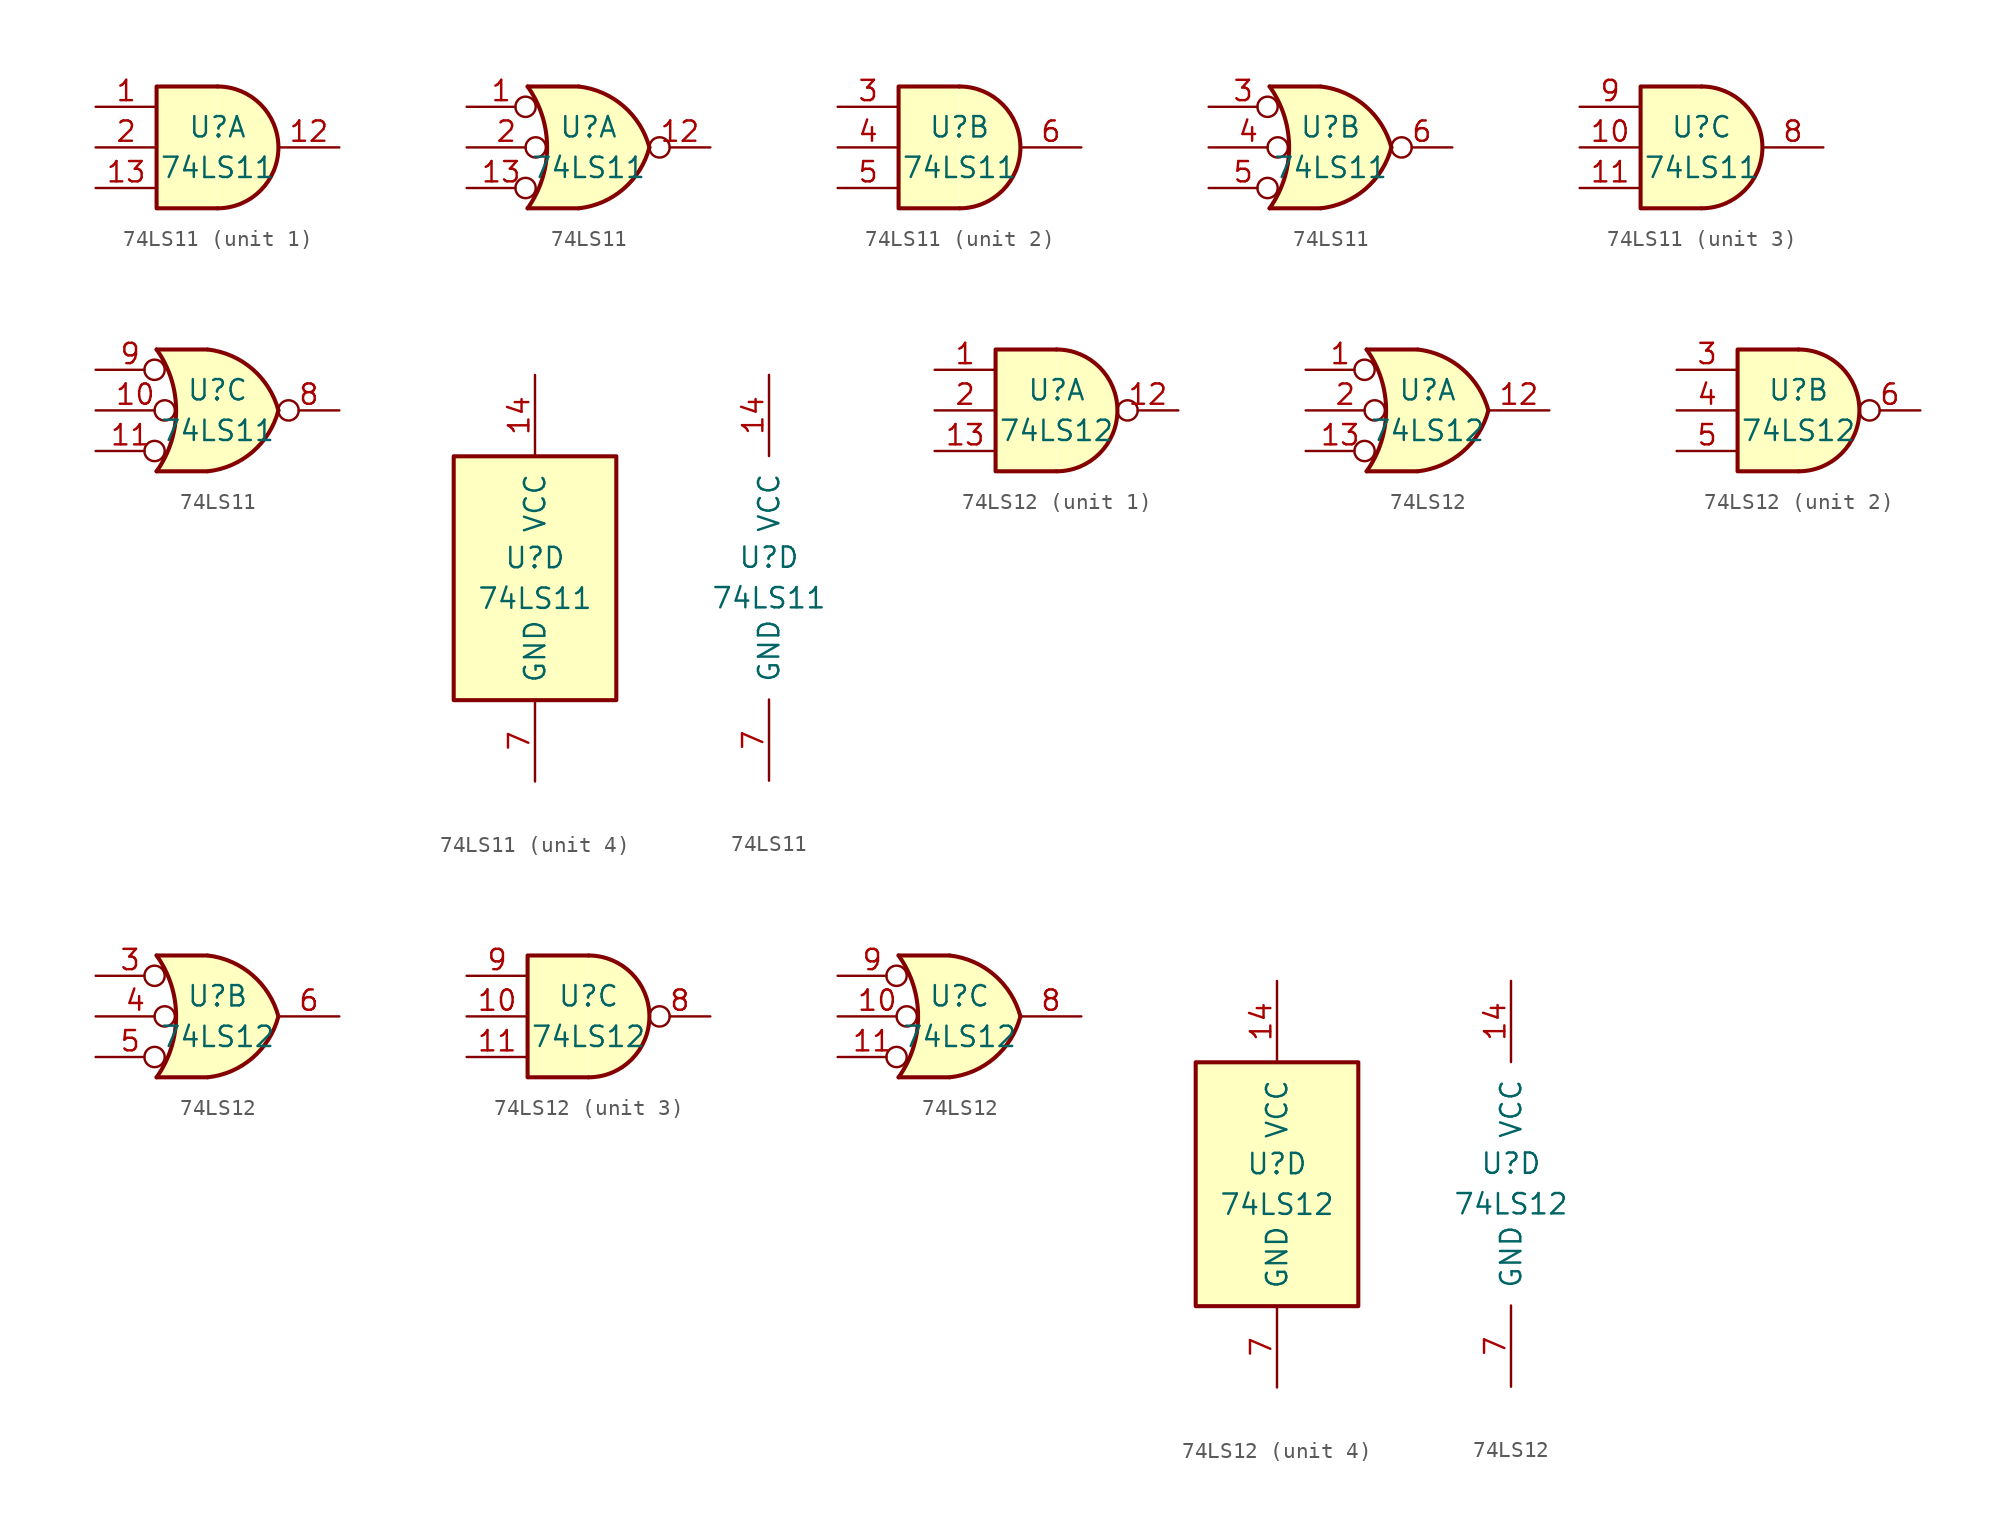
<source format=kicad_sym>
(kicad_symbol_lib
  (version 20201005)
  (generator kicad_symbol_editor)
  (symbol "74LS11"
    (pin_names
      (offset 1.016))
    (property "Reference" "U"
      (at 0 1.27 0)
      (effects (font (size 1.27 1.27))))
    (property "Value" "74LS11"
      (at 0 -1.27 0)
      (effects (font (size 1.27 1.27))))
    (property "ki_locked" ""
      (at 0 0 0)
      (effects (font (size 1.27 1.27))))
    (symbol "74LS11_1_1"
      (arc (start 0 -3.81) (end 0 3.81) (radius (at 0 0) (length 3.81) (angles -89.9 89.9)) (stroke (width 0.254)) (fill (type background)))
      (polyline (pts (xy 0 3.81) (xy -3.81 3.81) (xy -3.81 -3.81) (xy 0 -3.81)) (stroke (width 0.254)) (fill (type background)))
      (pin input line (at -7.62 2.54 0) (length 3.81) (name "~" (effects (font (size 1.27 1.27)))) (number "1" (effects (font (size 1.27 1.27)))))
      (pin output line (at 7.62 0 180) (length 3.81) (name "~" (effects (font (size 1.27 1.27)))) (number "12" (effects (font (size 1.27 1.27)))))
      (pin input line (at -7.62 -2.54 0) (length 3.81) (name "~" (effects (font (size 1.27 1.27)))) (number "13" (effects (font (size 1.27 1.27)))))
      (pin input line (at -7.62 0 0) (length 3.81) (name "~" (effects (font (size 1.27 1.27)))) (number "2" (effects (font (size 1.27 1.27))))))
    (symbol "74LS11_1_2"
      (arc (start -3.81 3.81) (end -3.81 -3.81) (radius (at -9.144 0) (length 6.5532) (angles 35.4 -35.4)) (stroke (width 0.254)) (fill (type none)))
      (arc (start 3.81 0) (end -0.6096 3.81) (radius (at -1.1938 -1.3208) (length 5.1816) (angles 15 83.7)) (stroke (width 0.254)) (fill (type background)))
      (arc (start 3.81 0) (end -0.6096 -3.81) (radius (at -1.1938 1.3208) (length 5.1816) (angles -15 -83.7)) (stroke (width 0.254)) (fill (type background)))
      (polyline (pts (xy -3.81 -3.81) (xy -0.635 -3.81)) (stroke (width 0.254)) (fill (type background)))
      (polyline (pts (xy -3.81 3.81) (xy -0.635 3.81)) (stroke (width 0.254)) (fill (type background)))
      (polyline (pts (xy -0.635 3.81) (xy -3.81 3.81) (xy -3.81 3.81) (xy -3.556 3.404) (xy -3.023 2.261) (xy -2.692 1.041) (xy -2.616 -0.254) (xy -2.769 -1.499) (xy -3.175 -2.718) (xy -3.81 -3.81) (xy -3.81 -3.81) (xy -0.635 -3.81)) (stroke (width -25.4)) (fill (type background)))
      (pin input inverted (at -7.62 2.54 0) (length 4.318) (name "~" (effects (font (size 1.27 1.27)))) (number "1" (effects (font (size 1.27 1.27)))))
      (pin output inverted (at 7.62 0 180) (length 3.81) (name "~" (effects (font (size 1.27 1.27)))) (number "12" (effects (font (size 1.27 1.27)))))
      (pin input inverted (at -7.62 -2.54 0) (length 4.318) (name "~" (effects (font (size 1.27 1.27)))) (number "13" (effects (font (size 1.27 1.27)))))
      (pin input inverted (at -7.62 0 0) (length 4.953) (name "~" (effects (font (size 1.27 1.27)))) (number "2" (effects (font (size 1.27 1.27))))))
    (symbol "74LS11_2_1"
      (arc (start 0 -3.81) (end 0 3.81) (radius (at 0 0) (length 3.81) (angles -89.9 89.9)) (stroke (width 0.254)) (fill (type background)))
      (polyline (pts (xy 0 3.81) (xy -3.81 3.81) (xy -3.81 -3.81) (xy 0 -3.81)) (stroke (width 0.254)) (fill (type background)))
      (pin input line (at -7.62 2.54 0) (length 3.81) (name "~" (effects (font (size 1.27 1.27)))) (number "3" (effects (font (size 1.27 1.27)))))
      (pin input line (at -7.62 0 0) (length 3.81) (name "~" (effects (font (size 1.27 1.27)))) (number "4" (effects (font (size 1.27 1.27)))))
      (pin input line (at -7.62 -2.54 0) (length 3.81) (name "~" (effects (font (size 1.27 1.27)))) (number "5" (effects (font (size 1.27 1.27)))))
      (pin output line (at 7.62 0 180) (length 3.81) (name "~" (effects (font (size 1.27 1.27)))) (number "6" (effects (font (size 1.27 1.27))))))
    (symbol "74LS11_2_2"
      (arc (start -3.81 3.81) (end -3.81 -3.81) (radius (at -9.144 0) (length 6.5532) (angles 35.4 -35.4)) (stroke (width 0.254)) (fill (type none)))
      (arc (start 3.81 0) (end -0.6096 3.81) (radius (at -1.1938 -1.3208) (length 5.1816) (angles 15 83.7)) (stroke (width 0.254)) (fill (type background)))
      (arc (start 3.81 0) (end -0.6096 -3.81) (radius (at -1.1938 1.3208) (length 5.1816) (angles -15 -83.7)) (stroke (width 0.254)) (fill (type background)))
      (polyline (pts (xy -3.81 -3.81) (xy -0.635 -3.81)) (stroke (width 0.254)) (fill (type background)))
      (polyline (pts (xy -3.81 3.81) (xy -0.635 3.81)) (stroke (width 0.254)) (fill (type background)))
      (polyline (pts (xy -0.635 3.81) (xy -3.81 3.81) (xy -3.81 3.81) (xy -3.556 3.404) (xy -3.023 2.261) (xy -2.692 1.041) (xy -2.616 -0.254) (xy -2.769 -1.499) (xy -3.175 -2.718) (xy -3.81 -3.81) (xy -3.81 -3.81) (xy -0.635 -3.81)) (stroke (width -25.4)) (fill (type background)))
      (pin input inverted (at -7.62 2.54 0) (length 4.318) (name "~" (effects (font (size 1.27 1.27)))) (number "3" (effects (font (size 1.27 1.27)))))
      (pin input inverted (at -7.62 0 0) (length 4.953) (name "~" (effects (font (size 1.27 1.27)))) (number "4" (effects (font (size 1.27 1.27)))))
      (pin input inverted (at -7.62 -2.54 0) (length 4.318) (name "~" (effects (font (size 1.27 1.27)))) (number "5" (effects (font (size 1.27 1.27)))))
      (pin output inverted (at 7.62 0 180) (length 3.81) (name "~" (effects (font (size 1.27 1.27)))) (number "6" (effects (font (size 1.27 1.27))))))
    (symbol "74LS11_3_1"
      (arc (start 0 -3.81) (end 0 3.81) (radius (at 0 0) (length 3.81) (angles -89.9 89.9)) (stroke (width 0.254)) (fill (type background)))
      (polyline (pts (xy 0 3.81) (xy -3.81 3.81) (xy -3.81 -3.81) (xy 0 -3.81)) (stroke (width 0.254)) (fill (type background)))
      (pin input line (at -7.62 0 0) (length 3.81) (name "~" (effects (font (size 1.27 1.27)))) (number "10" (effects (font (size 1.27 1.27)))))
      (pin input line (at -7.62 -2.54 0) (length 3.81) (name "~" (effects (font (size 1.27 1.27)))) (number "11" (effects (font (size 1.27 1.27)))))
      (pin output line (at 7.62 0 180) (length 3.81) (name "~" (effects (font (size 1.27 1.27)))) (number "8" (effects (font (size 1.27 1.27)))))
      (pin input line (at -7.62 2.54 0) (length 3.81) (name "~" (effects (font (size 1.27 1.27)))) (number "9" (effects (font (size 1.27 1.27))))))
    (symbol "74LS11_3_2"
      (arc (start -3.81 3.81) (end -3.81 -3.81) (radius (at -9.144 0) (length 6.5532) (angles 35.4 -35.4)) (stroke (width 0.254)) (fill (type none)))
      (arc (start 3.81 0) (end -0.6096 3.81) (radius (at -1.1938 -1.3208) (length 5.1816) (angles 15 83.7)) (stroke (width 0.254)) (fill (type background)))
      (arc (start 3.81 0) (end -0.6096 -3.81) (radius (at -1.1938 1.3208) (length 5.1816) (angles -15 -83.7)) (stroke (width 0.254)) (fill (type background)))
      (polyline (pts (xy -3.81 -3.81) (xy -0.635 -3.81)) (stroke (width 0.254)) (fill (type background)))
      (polyline (pts (xy -3.81 3.81) (xy -0.635 3.81)) (stroke (width 0.254)) (fill (type background)))
      (polyline (pts (xy -0.635 3.81) (xy -3.81 3.81) (xy -3.81 3.81) (xy -3.556 3.404) (xy -3.023 2.261) (xy -2.692 1.041) (xy -2.616 -0.254) (xy -2.769 -1.499) (xy -3.175 -2.718) (xy -3.81 -3.81) (xy -3.81 -3.81) (xy -0.635 -3.81)) (stroke (width -25.4)) (fill (type background)))
      (pin input inverted (at -7.62 0 0) (length 4.953) (name "~" (effects (font (size 1.27 1.27)))) (number "10" (effects (font (size 1.27 1.27)))))
      (pin input inverted (at -7.62 -2.54 0) (length 4.318) (name "~" (effects (font (size 1.27 1.27)))) (number "11" (effects (font (size 1.27 1.27)))))
      (pin output inverted (at 7.62 0 180) (length 3.81) (name "~" (effects (font (size 1.27 1.27)))) (number "8" (effects (font (size 1.27 1.27)))))
      (pin input inverted (at -7.62 2.54 0) (length 4.318) (name "~" (effects (font (size 1.27 1.27)))) (number "9" (effects (font (size 1.27 1.27))))))
    (symbol "74LS11_4_0"
      (pin power_in line (at 0 12.7 270) (length 5.08) (name "VCC" (effects (font (size 1.27 1.27)))) (number "14" (effects (font (size 1.27 1.27)))))
      (pin power_in line (at 0 -12.7 90) (length 5.08) (name "GND" (effects (font (size 1.27 1.27)))) (number "7" (effects (font (size 1.27 1.27))))))
    (symbol "74LS11_4_1"
      (rectangle (start -5.08 7.62) (end 5.08 -7.62) (stroke (width 0.254)) (fill (type background)))))
  (symbol "74LS12"
    (pin_names
      (offset 1.016))
    (property "Reference" "U"
      (at 0 1.27 0)
      (effects (font (size 1.27 1.27))))
    (property "Value" "74LS12"
      (at 0 -1.27 0)
      (effects (font (size 1.27 1.27))))
    (property "ki_locked" ""
      (at 0 0 0)
      (effects (font (size 1.27 1.27))))
    (symbol "74LS12_1_1"
      (arc (start 0 -3.81) (end 0 3.81) (radius (at 0 0) (length 3.81) (angles -89.9 89.9)) (stroke (width 0.254)) (fill (type background)))
      (polyline (pts (xy 0 3.81) (xy -3.81 3.81) (xy -3.81 -3.81) (xy 0 -3.81)) (stroke (width 0.254)) (fill (type background)))
      (pin input line (at -7.62 2.54 0) (length 3.81) (name "~" (effects (font (size 1.27 1.27)))) (number "1" (effects (font (size 1.27 1.27)))))
      (pin open_collector inverted (at 7.62 0 180) (length 3.81) (name "~" (effects (font (size 1.27 1.27)))) (number "12" (effects (font (size 1.27 1.27)))))
      (pin input line (at -7.62 -2.54 0) (length 3.81) (name "~" (effects (font (size 1.27 1.27)))) (number "13" (effects (font (size 1.27 1.27)))))
      (pin input line (at -7.62 0 0) (length 3.81) (name "~" (effects (font (size 1.27 1.27)))) (number "2" (effects (font (size 1.27 1.27))))))
    (symbol "74LS12_1_2"
      (arc (start -3.81 3.81) (end -3.81 -3.81) (radius (at -9.144 0) (length 6.5532) (angles 35.4 -35.4)) (stroke (width 0.254)) (fill (type none)))
      (arc (start 3.81 0) (end -0.6096 3.81) (radius (at -1.1938 -1.3208) (length 5.1816) (angles 15 83.7)) (stroke (width 0.254)) (fill (type background)))
      (arc (start 3.81 0) (end -0.6096 -3.81) (radius (at -1.1938 1.3208) (length 5.1816) (angles -15 -83.7)) (stroke (width 0.254)) (fill (type background)))
      (polyline (pts (xy -3.81 -3.81) (xy -0.635 -3.81)) (stroke (width 0.254)) (fill (type background)))
      (polyline (pts (xy -3.81 3.81) (xy -0.635 3.81)) (stroke (width 0.254)) (fill (type background)))
      (polyline (pts (xy -0.635 3.81) (xy -3.81 3.81) (xy -3.81 3.81) (xy -3.556 3.404) (xy -3.023 2.261) (xy -2.692 1.041) (xy -2.616 -0.254) (xy -2.769 -1.499) (xy -3.175 -2.718) (xy -3.81 -3.81) (xy -3.81 -3.81) (xy -0.635 -3.81)) (stroke (width -25.4)) (fill (type background)))
      (pin input inverted (at -7.62 2.54 0) (length 4.318) (name "~" (effects (font (size 1.27 1.27)))) (number "1" (effects (font (size 1.27 1.27)))))
      (pin open_collector line (at 7.62 0 180) (length 3.81) (name "~" (effects (font (size 1.27 1.27)))) (number "12" (effects (font (size 1.27 1.27)))))
      (pin input inverted (at -7.62 -2.54 0) (length 4.318) (name "~" (effects (font (size 1.27 1.27)))) (number "13" (effects (font (size 1.27 1.27)))))
      (pin input inverted (at -7.62 0 0) (length 4.953) (name "~" (effects (font (size 1.27 1.27)))) (number "2" (effects (font (size 1.27 1.27))))))
    (symbol "74LS12_2_1"
      (arc (start 0 -3.81) (end 0 3.81) (radius (at 0 0) (length 3.81) (angles -89.9 89.9)) (stroke (width 0.254)) (fill (type background)))
      (polyline (pts (xy 0 3.81) (xy -3.81 3.81) (xy -3.81 -3.81) (xy 0 -3.81)) (stroke (width 0.254)) (fill (type background)))
      (pin input line (at -7.62 2.54 0) (length 3.81) (name "~" (effects (font (size 1.27 1.27)))) (number "3" (effects (font (size 1.27 1.27)))))
      (pin input line (at -7.62 0 0) (length 3.81) (name "~" (effects (font (size 1.27 1.27)))) (number "4" (effects (font (size 1.27 1.27)))))
      (pin input line (at -7.62 -2.54 0) (length 3.81) (name "~" (effects (font (size 1.27 1.27)))) (number "5" (effects (font (size 1.27 1.27)))))
      (pin open_collector inverted (at 7.62 0 180) (length 3.81) (name "~" (effects (font (size 1.27 1.27)))) (number "6" (effects (font (size 1.27 1.27))))))
    (symbol "74LS12_2_2"
      (arc (start -3.81 3.81) (end -3.81 -3.81) (radius (at -9.144 0) (length 6.5532) (angles 35.4 -35.4)) (stroke (width 0.254)) (fill (type none)))
      (arc (start 3.81 0) (end -0.6096 3.81) (radius (at -1.1938 -1.3208) (length 5.1816) (angles 15 83.7)) (stroke (width 0.254)) (fill (type background)))
      (arc (start 3.81 0) (end -0.6096 -3.81) (radius (at -1.1938 1.3208) (length 5.1816) (angles -15 -83.7)) (stroke (width 0.254)) (fill (type background)))
      (polyline (pts (xy -3.81 -3.81) (xy -0.635 -3.81)) (stroke (width 0.254)) (fill (type background)))
      (polyline (pts (xy -3.81 3.81) (xy -0.635 3.81)) (stroke (width 0.254)) (fill (type background)))
      (polyline (pts (xy -0.635 3.81) (xy -3.81 3.81) (xy -3.81 3.81) (xy -3.556 3.404) (xy -3.023 2.261) (xy -2.692 1.041) (xy -2.616 -0.254) (xy -2.769 -1.499) (xy -3.175 -2.718) (xy -3.81 -3.81) (xy -3.81 -3.81) (xy -0.635 -3.81)) (stroke (width -25.4)) (fill (type background)))
      (pin input inverted (at -7.62 2.54 0) (length 4.318) (name "~" (effects (font (size 1.27 1.27)))) (number "3" (effects (font (size 1.27 1.27)))))
      (pin input inverted (at -7.62 0 0) (length 4.953) (name "~" (effects (font (size 1.27 1.27)))) (number "4" (effects (font (size 1.27 1.27)))))
      (pin input inverted (at -7.62 -2.54 0) (length 4.318) (name "~" (effects (font (size 1.27 1.27)))) (number "5" (effects (font (size 1.27 1.27)))))
      (pin open_collector line (at 7.62 0 180) (length 3.81) (name "~" (effects (font (size 1.27 1.27)))) (number "6" (effects (font (size 1.27 1.27))))))
    (symbol "74LS12_3_1"
      (arc (start 0 -3.81) (end 0 3.81) (radius (at 0 0) (length 3.81) (angles -89.9 89.9)) (stroke (width 0.254)) (fill (type background)))
      (polyline (pts (xy 0 3.81) (xy -3.81 3.81) (xy -3.81 -3.81) (xy 0 -3.81)) (stroke (width 0.254)) (fill (type background)))
      (pin input line (at -7.62 0 0) (length 3.81) (name "~" (effects (font (size 1.27 1.27)))) (number "10" (effects (font (size 1.27 1.27)))))
      (pin input line (at -7.62 -2.54 0) (length 3.81) (name "~" (effects (font (size 1.27 1.27)))) (number "11" (effects (font (size 1.27 1.27)))))
      (pin open_collector inverted (at 7.62 0 180) (length 3.81) (name "~" (effects (font (size 1.27 1.27)))) (number "8" (effects (font (size 1.27 1.27)))))
      (pin input line (at -7.62 2.54 0) (length 3.81) (name "~" (effects (font (size 1.27 1.27)))) (number "9" (effects (font (size 1.27 1.27))))))
    (symbol "74LS12_3_2"
      (arc (start -3.81 3.81) (end -3.81 -3.81) (radius (at -9.144 0) (length 6.5532) (angles 35.4 -35.4)) (stroke (width 0.254)) (fill (type none)))
      (arc (start 3.81 0) (end -0.6096 3.81) (radius (at -1.1938 -1.3208) (length 5.1816) (angles 15 83.7)) (stroke (width 0.254)) (fill (type background)))
      (arc (start 3.81 0) (end -0.6096 -3.81) (radius (at -1.1938 1.3208) (length 5.1816) (angles -15 -83.7)) (stroke (width 0.254)) (fill (type background)))
      (polyline (pts (xy -3.81 -3.81) (xy -0.635 -3.81)) (stroke (width 0.254)) (fill (type background)))
      (polyline (pts (xy -3.81 3.81) (xy -0.635 3.81)) (stroke (width 0.254)) (fill (type background)))
      (polyline (pts (xy -0.635 3.81) (xy -3.81 3.81) (xy -3.81 3.81) (xy -3.556 3.404) (xy -3.023 2.261) (xy -2.692 1.041) (xy -2.616 -0.254) (xy -2.769 -1.499) (xy -3.175 -2.718) (xy -3.81 -3.81) (xy -3.81 -3.81) (xy -0.635 -3.81)) (stroke (width -25.4)) (fill (type background)))
      (pin input inverted (at -7.62 0 0) (length 4.953) (name "~" (effects (font (size 1.27 1.27)))) (number "10" (effects (font (size 1.27 1.27)))))
      (pin input inverted (at -7.62 -2.54 0) (length 4.318) (name "~" (effects (font (size 1.27 1.27)))) (number "11" (effects (font (size 1.27 1.27)))))
      (pin open_collector line (at 7.62 0 180) (length 3.81) (name "~" (effects (font (size 1.27 1.27)))) (number "8" (effects (font (size 1.27 1.27)))))
      (pin input inverted (at -7.62 2.54 0) (length 4.318) (name "~" (effects (font (size 1.27 1.27)))) (number "9" (effects (font (size 1.27 1.27))))))
    (symbol "74LS12_4_0"
      (pin power_in line (at 0 12.7 270) (length 5.08) (name "VCC" (effects (font (size 1.27 1.27)))) (number "14" (effects (font (size 1.27 1.27)))))
      (pin power_in line (at 0 -12.7 90) (length 5.08) (name "GND" (effects (font (size 1.27 1.27)))) (number "7" (effects (font (size 1.27 1.27))))))
    (symbol "74LS12_4_1"
      (rectangle (start -5.08 7.62) (end 5.08 -7.62) (stroke (width 0.254)) (fill (type background))))))
</source>
